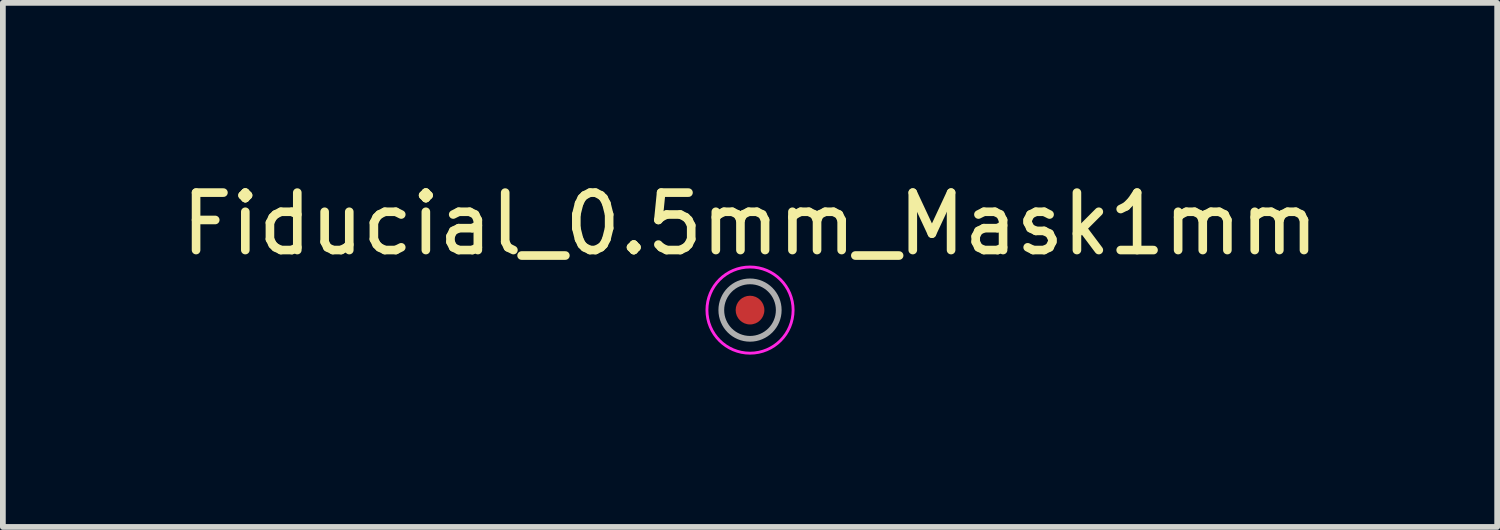
<source format=kicad_pcb>
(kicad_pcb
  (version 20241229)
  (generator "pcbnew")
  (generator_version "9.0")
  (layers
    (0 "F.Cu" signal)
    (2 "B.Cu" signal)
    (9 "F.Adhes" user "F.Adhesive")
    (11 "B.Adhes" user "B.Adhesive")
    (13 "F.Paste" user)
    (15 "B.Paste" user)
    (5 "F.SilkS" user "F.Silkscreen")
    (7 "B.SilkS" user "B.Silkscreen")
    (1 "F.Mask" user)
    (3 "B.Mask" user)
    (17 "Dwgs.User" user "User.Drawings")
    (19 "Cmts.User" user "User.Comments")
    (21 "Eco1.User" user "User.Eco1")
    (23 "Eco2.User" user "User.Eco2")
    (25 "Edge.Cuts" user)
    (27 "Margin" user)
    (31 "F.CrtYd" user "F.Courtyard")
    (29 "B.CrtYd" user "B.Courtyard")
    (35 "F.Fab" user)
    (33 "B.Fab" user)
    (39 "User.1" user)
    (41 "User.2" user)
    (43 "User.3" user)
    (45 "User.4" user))
  (footprint "Fiducial_0.5mm_Mask1mm"
    (layer "F.Cu")
    (at 10.006 2.348)
    (property "Reference" "Fiducial_0.5mm_Mask1mm" (at 0 -1.5 0) (layer "F.SilkS") (effects (font (size 1 1) (thickness 0.15))))
    (attr exclude_from_bom)
    (fp_circle (center 0 0) (end 0.75 0) (stroke (width 0.05) (type solid)) (fill no) (layer "F.CrtYd"))
    (fp_circle (center 0 0) (end 0.5 0) (stroke (width 0.1) (type solid)) (fill no) (layer "F.Fab"))
    (pad "" smd circle (at 0 0) (size 0.5 0.5) (property pad_prop_fiducial_glob) (layers "F.Cu" "F.Mask")))
  (gr_rect
    (start -3 -3)
    (end 23.012 6.123)
    (stroke (width 0.1) (type default))
    (fill no)
    (layer "Edge.Cuts")))
</source>
